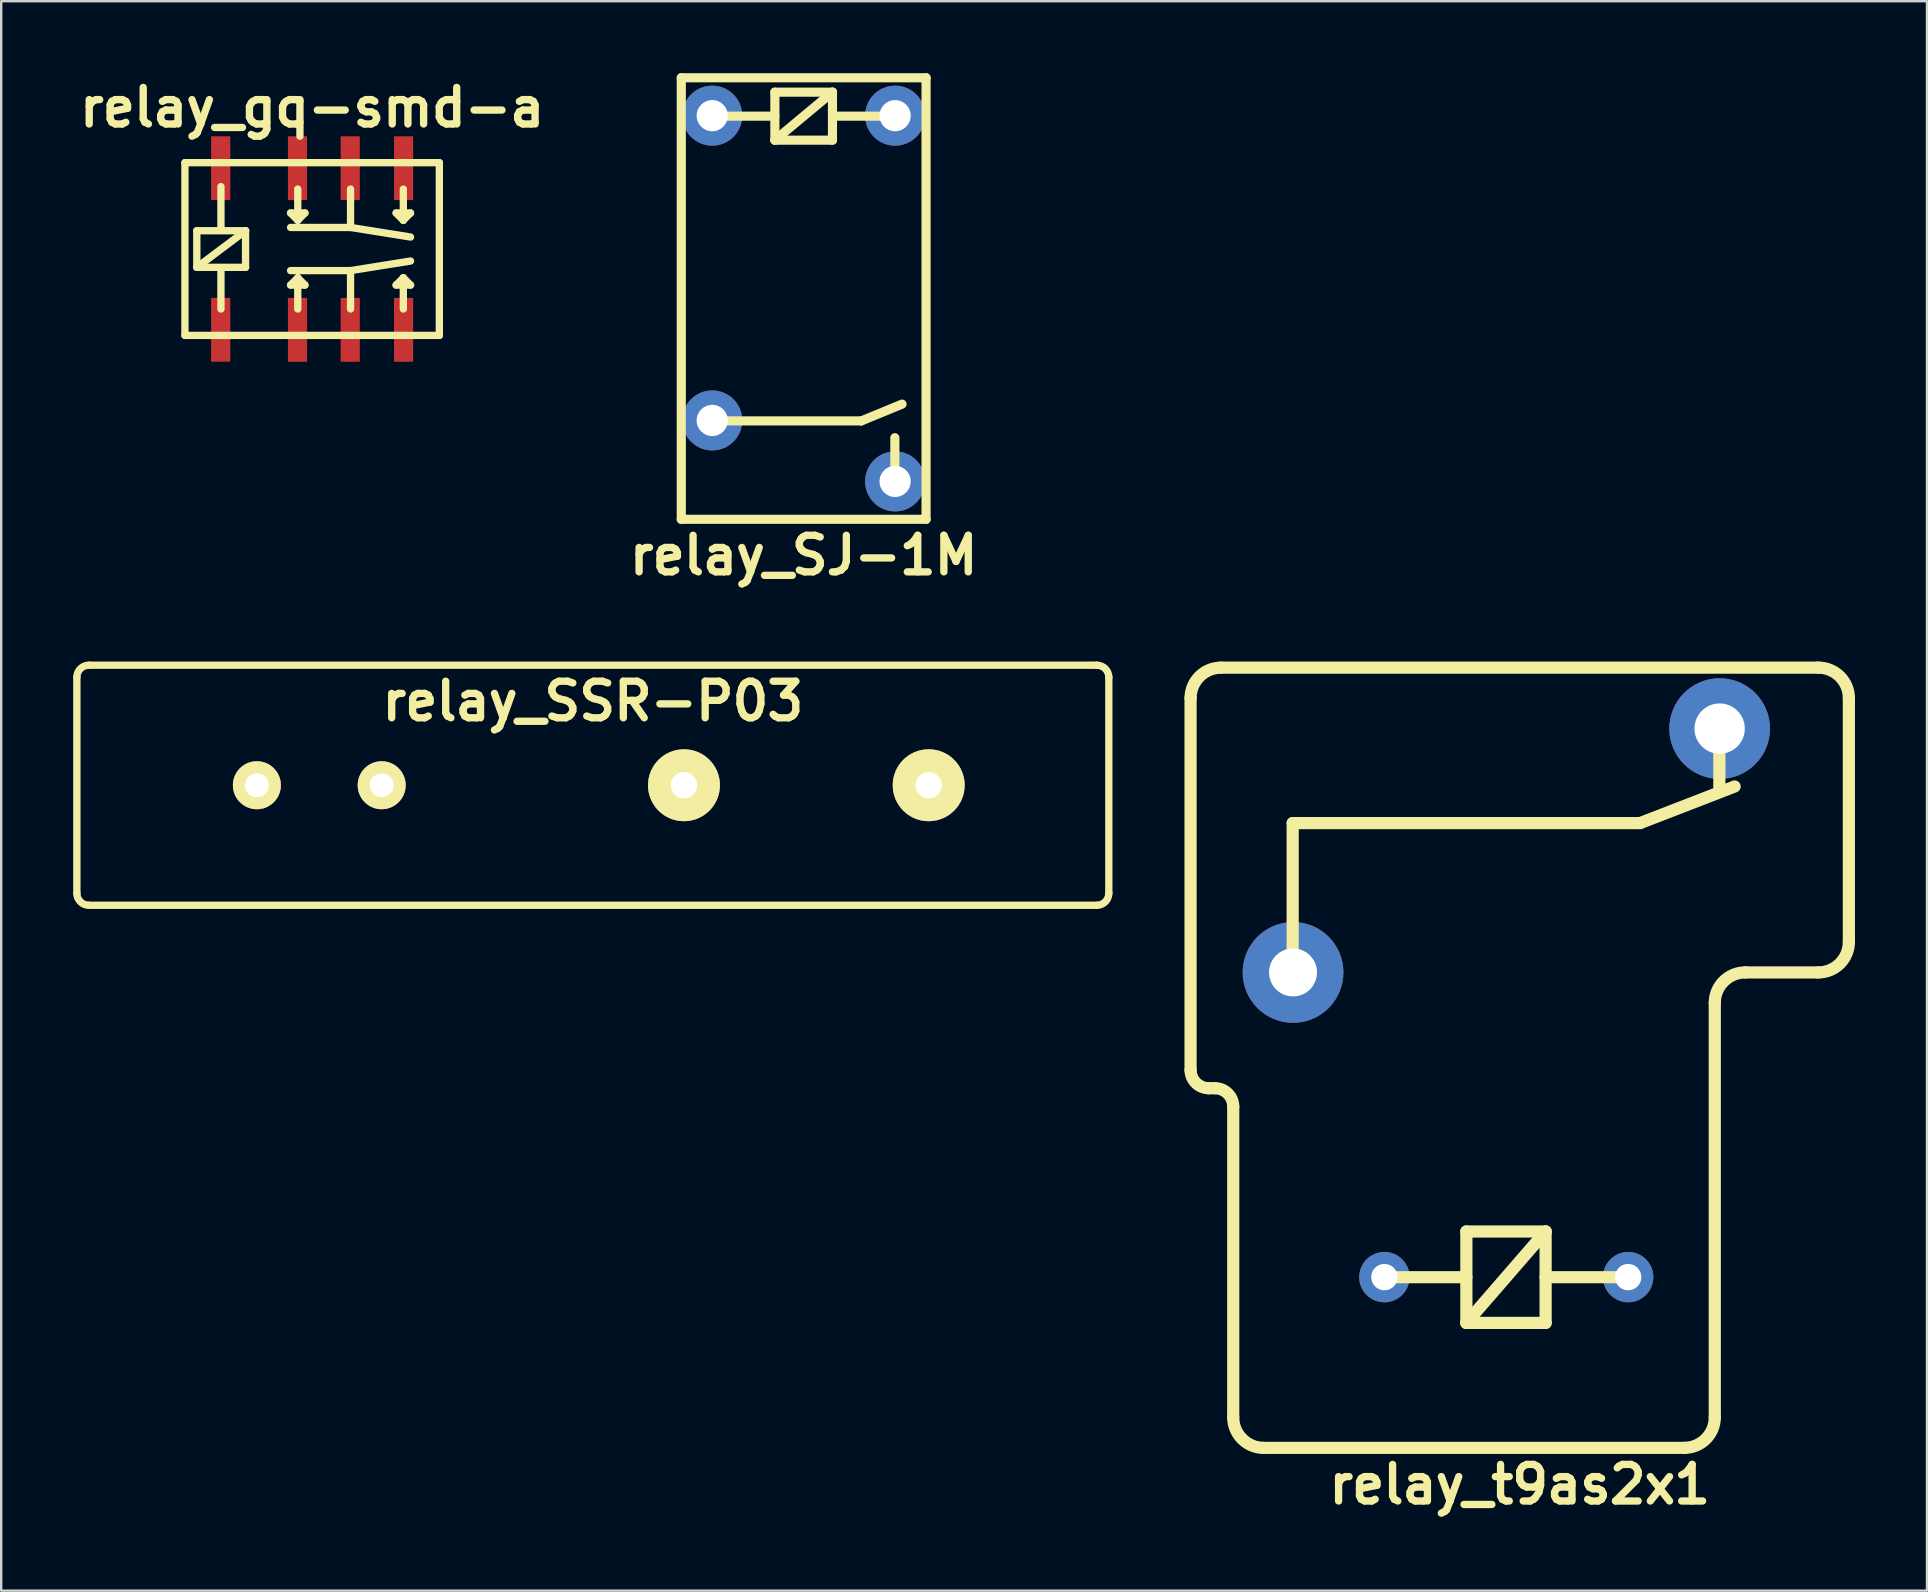
<source format=kicad_pcb>
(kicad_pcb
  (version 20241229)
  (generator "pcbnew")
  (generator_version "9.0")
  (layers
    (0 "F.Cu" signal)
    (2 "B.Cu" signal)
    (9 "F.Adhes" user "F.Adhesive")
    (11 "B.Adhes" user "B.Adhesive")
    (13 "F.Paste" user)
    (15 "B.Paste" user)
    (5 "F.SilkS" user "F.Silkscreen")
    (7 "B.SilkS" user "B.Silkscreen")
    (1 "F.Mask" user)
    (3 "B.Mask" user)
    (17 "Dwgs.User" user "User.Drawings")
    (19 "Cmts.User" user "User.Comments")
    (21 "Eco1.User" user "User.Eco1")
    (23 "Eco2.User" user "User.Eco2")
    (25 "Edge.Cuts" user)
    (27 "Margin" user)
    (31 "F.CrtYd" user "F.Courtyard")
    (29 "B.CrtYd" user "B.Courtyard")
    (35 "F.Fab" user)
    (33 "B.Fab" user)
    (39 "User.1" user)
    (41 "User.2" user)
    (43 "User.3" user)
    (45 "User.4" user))
  (footprint "relay_gq-smd-a"
    (layer "F.Cu")
    (at 9.957 7.327)
    (property "Reference" "relay_gq-smd-a" (at 0 -5.9 0) (layer "F.SilkS") (effects (font (size 1.524 1.524) (thickness 0.305))))
    (attr smd)
    (fp_line (start -5.301 -3.599) (end 5.301 -3.599) (stroke (width 0.305) (type solid)) (layer "F.SilkS"))
    (fp_line (start -5.301 3.599) (end -5.301 -3.599) (stroke (width 0.305) (type solid)) (layer "F.SilkS"))
    (fp_line (start -4.806 -0.762) (end -2.774 -0.762) (stroke (width 0.305) (type solid)) (layer "F.SilkS"))
    (fp_line (start -4.806 0.762) (end -4.806 -0.762) (stroke (width 0.305) (type solid)) (layer "F.SilkS"))
    (fp_line (start -4.806 0.762) (end -2.774 -0.762) (stroke (width 0.305) (type solid)) (layer "F.SilkS"))
    (fp_line (start -3.8 -2.601) (end -3.8 -0.8) (stroke (width 0.305) (type solid)) (layer "F.SilkS"))
    (fp_line (start -3.8 2.499) (end -3.8 0.8) (stroke (width 0.305) (type solid)) (layer "F.SilkS"))
    (fp_line (start -2.774 -0.762) (end -2.774 0.762) (stroke (width 0.305) (type solid)) (layer "F.SilkS"))
    (fp_line (start -2.774 0.762) (end -4.806 0.762) (stroke (width 0.305) (type solid)) (layer "F.SilkS"))
    (fp_line (start -0.899 0.899) (end 1.6 0.899) (stroke (width 0.305) (type solid)) (layer "F.SilkS"))
    (fp_line (start -0.899 1.501) (end -0.3 1.501) (stroke (width 0.305) (type solid)) (layer "F.SilkS"))
    (fp_line (start -0.599 -2.499) (end -0.599 -1.199) (stroke (width 0.305) (type solid)) (layer "F.SilkS"))
    (fp_line (start -0.599 -1.199) (end -0.899 -1.501) (stroke (width 0.305) (type solid)) (layer "F.SilkS"))
    (fp_line (start -0.599 -1.199) (end -0.3 -1.501) (stroke (width 0.305) (type solid)) (layer "F.SilkS"))
    (fp_line (start -0.599 1.199) (end -0.899 1.501) (stroke (width 0.305) (type solid)) (layer "F.SilkS"))
    (fp_line (start -0.599 2.499) (end -0.599 1.199) (stroke (width 0.305) (type solid)) (layer "F.SilkS"))
    (fp_line (start -0.3 -1.501) (end -0.899 -1.501) (stroke (width 0.305) (type solid)) (layer "F.SilkS"))
    (fp_line (start -0.3 1.501) (end -0.599 1.199) (stroke (width 0.305) (type solid)) (layer "F.SilkS"))
    (fp_line (start 1.6 -2.499) (end 1.6 -0.899) (stroke (width 0.305) (type solid)) (layer "F.SilkS"))
    (fp_line (start 1.6 -0.899) (end -0.899 -0.899) (stroke (width 0.305) (type solid)) (layer "F.SilkS"))
    (fp_line (start 1.6 -0.899) (end 4.1 -0.5) (stroke (width 0.305) (type solid)) (layer "F.SilkS"))
    (fp_line (start 1.6 0.899) (end 1.6 2.499) (stroke (width 0.305) (type solid)) (layer "F.SilkS"))
    (fp_line (start 1.6 0.899) (end 4.1 0.5) (stroke (width 0.305) (type solid)) (layer "F.SilkS"))
    (fp_line (start 3.5 1.501) (end 4.1 1.501) (stroke (width 0.305) (type solid)) (layer "F.SilkS"))
    (fp_line (start 3.8 -2.499) (end 3.8 -1.199) (stroke (width 0.305) (type solid)) (layer "F.SilkS"))
    (fp_line (start 3.8 -1.199) (end 3.5 -1.501) (stroke (width 0.305) (type solid)) (layer "F.SilkS"))
    (fp_line (start 3.8 -1.199) (end 4.1 -1.501) (stroke (width 0.305) (type solid)) (layer "F.SilkS"))
    (fp_line (start 3.8 1.199) (end 3.5 1.501) (stroke (width 0.305) (type solid)) (layer "F.SilkS"))
    (fp_line (start 3.8 2.499) (end 3.8 1.199) (stroke (width 0.305) (type solid)) (layer "F.SilkS"))
    (fp_line (start 4.1 -1.501) (end 3.5 -1.501) (stroke (width 0.305) (type solid)) (layer "F.SilkS"))
    (fp_line (start 4.1 1.501) (end 3.8 1.199) (stroke (width 0.305) (type solid)) (layer "F.SilkS"))
    (fp_line (start 5.301 -3.599) (end 5.301 3.599) (stroke (width 0.305) (type solid)) (layer "F.SilkS"))
    (fp_line (start 5.301 3.599) (end -5.301 3.599) (stroke (width 0.305) (type solid)) (layer "F.SilkS"))
    (pad "1" smd rect (at -3.81 3.365) (size 0.798 2.659) (layers "F.Cu" "F.Mask" "F.Paste"))
    (pad "2" smd rect (at -0.61 3.368) (size 0.798 2.659) (layers "F.Cu" "F.Mask" "F.Paste"))
    (pad "3" smd rect (at 1.587 3.368) (size 0.798 2.659) (layers "F.Cu" "F.Mask" "F.Paste"))
    (pad "4" smd rect (at 3.81 3.368) (size 0.798 2.659) (layers "F.Cu" "F.Mask" "F.Paste"))
    (pad "5" smd rect (at 3.81 -3.368) (size 0.798 2.659) (layers "F.Cu" "F.Mask" "F.Paste"))
    (pad "6" smd rect (at 1.587 -3.368) (size 0.798 2.659) (layers "F.Cu" "F.Mask" "F.Paste"))
    (pad "7" smd rect (at -0.61 -3.368) (size 0.798 2.659) (layers "F.Cu" "F.Mask" "F.Paste"))
    (pad "8" smd rect (at -3.81 -3.368) (size 0.798 2.659) (layers "F.Cu" "F.Mask" "F.Paste")))
  (footprint "relay_SSR-P03"
    (layer "F.Cu")
    (at 21.654 29.671)
    (property "Reference" "relay_SSR-P03" (at 0 -3.5 0) (layer "F.SilkS") (effects (font (size 1.524 1.524) (thickness 0.305))))
    (attr through_hole)
    (fp_line (start -21.501 -4.501) (end -21.501 4.501) (stroke (width 0.305) (type solid)) (layer "F.SilkS"))
    (fp_line (start -21.001 5.001) (end 21.001 5.001) (stroke (width 0.305) (type solid)) (layer "F.SilkS"))
    (fp_line (start 21.001 -5.001) (end -21.001 -5.001) (stroke (width 0.305) (type solid)) (layer "F.SilkS"))
    (fp_line (start 21.501 -4.501) (end 21.501 4.501) (stroke (width 0.305) (type solid)) (layer "F.SilkS"))
    (fp_arc (start -21.5011 -4.50088) (mid -21.354542 -4.854702) (end -21.00072 -5.00126) (stroke (width 0.3048) (type solid)) (layer "F.SilkS"))
    (fp_arc (start -21.00072 5.00126) (mid -21.354542 4.854702) (end -21.5011 4.50088) (stroke (width 0.3048) (type solid)) (layer "F.SilkS"))
    (fp_arc (start 21.00072 -5.00126) (mid 21.354542 -4.854702) (end 21.5011 -4.50088) (stroke (width 0.3048) (type solid)) (layer "F.SilkS"))
    (fp_arc (start 21.5011 4.50088) (mid 21.354542 4.854702) (end 21.00072 5.00126) (stroke (width 0.3048) (type solid)) (layer "F.SilkS"))
    (pad "1" thru_hole circle (at 13.995 0) (size 2.997 2.997) (drill 1.1) (layers "*.Cu" "*.Mask" "F.SilkS"))
    (pad "2" thru_hole circle (at 3.797 0) (size 2.997 2.997) (drill 1.1) (layers "*.Cu" "*.Mask" "F.SilkS"))
    (pad "3" thru_hole circle (at -8.799 0) (size 1.999 1.999) (drill 0.996) (layers "*.Cu" "*.Mask" "F.SilkS"))
    (pad "4" thru_hole circle (at -14 0) (size 1.999 1.999) (drill 0.996) (layers "*.Cu" "*.Mask" "F.SilkS")))
  (footprint "relay_SJ-1M"
    (layer "F.Cu")
    (at 30.439 9.39)
    (property "Reference" "relay_SJ-1M" (at 0 10.7 0) (layer "F.SilkS") (effects (font (size 1.524 1.524) (thickness 0.305))))
    (attr through_hole)
    (fp_line (start -5.1 -9.2) (end -5.1 9.2) (stroke (width 0.381) (type solid)) (layer "F.SilkS"))
    (fp_line (start -5.1 -9.2) (end 5.1 -9.2) (stroke (width 0.381) (type solid)) (layer "F.SilkS"))
    (fp_line (start -5.1 9.2) (end 5.1 9.2) (stroke (width 0.381) (type solid)) (layer "F.SilkS"))
    (fp_line (start -3.8 -7.6) (end -1.2 -7.6) (stroke (width 0.381) (type solid)) (layer "F.SilkS"))
    (fp_line (start -3.8 5.1) (end 2.4 5.1) (stroke (width 0.381) (type solid)) (layer "F.SilkS"))
    (fp_line (start -1.2 -8.6) (end -1.2 -6.6) (stroke (width 0.381) (type solid)) (layer "F.SilkS"))
    (fp_line (start -1.2 -6.6) (end 1.2 -8.6) (stroke (width 0.381) (type solid)) (layer "F.SilkS"))
    (fp_line (start -1.2 -6.6) (end 1.2 -6.6) (stroke (width 0.381) (type solid)) (layer "F.SilkS"))
    (fp_line (start 1.2 -8.6) (end -1.2 -8.6) (stroke (width 0.381) (type solid)) (layer "F.SilkS"))
    (fp_line (start 1.2 -6.6) (end 1.2 -8.6) (stroke (width 0.381) (type solid)) (layer "F.SilkS"))
    (fp_line (start 2.4 5.1) (end 4.1 4.4) (stroke (width 0.381) (type solid)) (layer "F.SilkS"))
    (fp_line (start 3.8 -7.6) (end 1.2 -7.6) (stroke (width 0.381) (type solid)) (layer "F.SilkS"))
    (fp_line (start 3.8 7.6) (end 3.8 5.8) (stroke (width 0.381) (type solid)) (layer "F.SilkS"))
    (fp_line (start 5.1 -9.2) (end 5.1 9.2) (stroke (width 0.381) (type solid)) (layer "F.SilkS"))
    (pad "1" thru_hole circle (at -3.81 -7.62) (size 2.5 2.5) (drill 1.3) (layers "*.Cu" "*.Mask"))
    (pad "2" thru_hole circle (at 3.81 -7.62) (size 2.5 2.5) (drill 1.3) (layers "*.Cu" "*.Mask"))
    (pad "3" thru_hole circle (at -3.81 5.08) (size 2.5 2.5) (drill 1.3) (layers "*.Cu" "*.Mask"))
    (pad "4" thru_hole circle (at 3.81 7.62) (size 2.5 2.5) (drill 1.3) (layers "*.Cu" "*.Mask")))
  (footprint "relay_t9as2x1"
    (layer "F.Cu")
    (at 60.277 41.027)
    (property "Reference" "relay_t9as2x1" (at 0 17.78 0) (layer "F.SilkS") (effects (font (size 1.524 1.524) (thickness 0.305))))
    (attr through_hole)
    (fp_line (start -13.716 -14.986) (end -13.716 0.508) (stroke (width 0.508) (type solid)) (layer "F.SilkS"))
    (fp_line (start -12.954 1.27) (end -12.7 1.27) (stroke (width 0.508) (type solid)) (layer "F.SilkS"))
    (fp_line (start -11.938 2.032) (end -11.938 14.986) (stroke (width 0.508) (type solid)) (layer "F.SilkS"))
    (fp_line (start -10.668 16.256) (end 6.858 16.256) (stroke (width 0.508) (type solid)) (layer "F.SilkS"))
    (fp_line (start -9.461 -9.779) (end -9.461 -3.556) (stroke (width 0.508) (type solid)) (layer "F.SilkS"))
    (fp_line (start -9.461 -3.556) (end -9.461 -3.619) (stroke (width 0.508) (type solid)) (layer "F.SilkS"))
    (fp_line (start -2.223 7.239) (end 1.079 7.239) (stroke (width 0.508) (type solid)) (layer "F.SilkS"))
    (fp_line (start -2.223 9.144) (end -5.715 9.144) (stroke (width 0.508) (type solid)) (layer "F.SilkS"))
    (fp_line (start -2.223 11.049) (end -2.223 7.239) (stroke (width 0.508) (type solid)) (layer "F.SilkS"))
    (fp_line (start -2.223 11.049) (end 1.079 7.239) (stroke (width 0.508) (type solid)) (layer "F.SilkS"))
    (fp_line (start 1.079 7.239) (end 1.079 11.049) (stroke (width 0.508) (type solid)) (layer "F.SilkS"))
    (fp_line (start 1.079 11.049) (end -2.223 11.049) (stroke (width 0.508) (type solid)) (layer "F.SilkS"))
    (fp_line (start 4.572 9.144) (end 1.079 9.144) (stroke (width 0.508) (type solid)) (layer "F.SilkS"))
    (fp_line (start 5.016 -9.779) (end -9.461 -9.779) (stroke (width 0.508) (type solid)) (layer "F.SilkS"))
    (fp_line (start 5.016 -9.779) (end 8.954 -11.303) (stroke (width 0.508) (type solid)) (layer "F.SilkS"))
    (fp_line (start 8.128 14.986) (end 8.128 -2.286) (stroke (width 0.508) (type solid)) (layer "F.SilkS"))
    (fp_line (start 8.319 -13.716) (end 8.319 -11.303) (stroke (width 0.508) (type solid)) (layer "F.SilkS"))
    (fp_line (start 9.398 -3.556) (end 12.446 -3.556) (stroke (width 0.508) (type solid)) (layer "F.SilkS"))
    (fp_line (start 12.446 -16.256) (end -12.446 -16.256) (stroke (width 0.508) (type solid)) (layer "F.SilkS"))
    (fp_line (start 13.716 -4.826) (end 13.716 -14.986) (stroke (width 0.508) (type solid)) (layer "F.SilkS"))
    (fp_arc (start -13.716 -14.986) (mid -13.344026 -15.884026) (end -12.446 -16.256) (stroke (width 0.508) (type solid)) (layer "F.SilkS"))
    (fp_arc (start -12.954 1.27) (mid -13.492815 1.046815) (end -13.716 0.508) (stroke (width 0.508) (type solid)) (layer "F.SilkS"))
    (fp_arc (start -12.7 1.27) (mid -12.161185 1.493185) (end -11.938 2.032) (stroke (width 0.508) (type solid)) (layer "F.SilkS"))
    (fp_arc (start -10.668 16.256) (mid -11.566026 15.884026) (end -11.938 14.986) (stroke (width 0.508) (type solid)) (layer "F.SilkS"))
    (fp_arc (start 8.128 -2.286) (mid 8.499974 -3.184026) (end 9.398 -3.556) (stroke (width 0.508) (type solid)) (layer "F.SilkS"))
    (fp_arc (start 8.128 14.986) (mid 7.756026 15.884026) (end 6.858 16.256) (stroke (width 0.508) (type solid)) (layer "F.SilkS"))
    (fp_arc (start 12.446 -16.256) (mid 13.344026 -15.884026) (end 13.716 -14.986) (stroke (width 0.508) (type solid)) (layer "F.SilkS"))
    (fp_arc (start 13.716 -4.826) (mid 13.344026 -3.927974) (end 12.446 -3.556) (stroke (width 0.508) (type solid)) (layer "F.SilkS"))
    (pad "1" thru_hole circle (at -5.639 9.141) (size 2.098 2.098) (drill 1.1) (layers "*.Cu" "*.Mask"))
    (pad "2" thru_hole circle (at 4.519 9.141) (size 2.098 2.098) (drill 1.1) (layers "*.Cu" "*.Mask"))
    (pad "3" thru_hole circle (at -9.446 -3.556) (size 4.199 4.199) (drill 1.999) (layers "*.Cu" "*.Mask"))
    (pad "5" thru_hole circle (at 8.331 -13.716) (size 4.196 4.196) (drill 2.098) (layers "*.Cu" "*.Mask")))
  (gr_rect
    (start -3 -3)
    (end 77.247 63.233)
    (stroke (width 0.1) (type default))
    (fill no)
    (layer "Edge.Cuts")))
</source>
